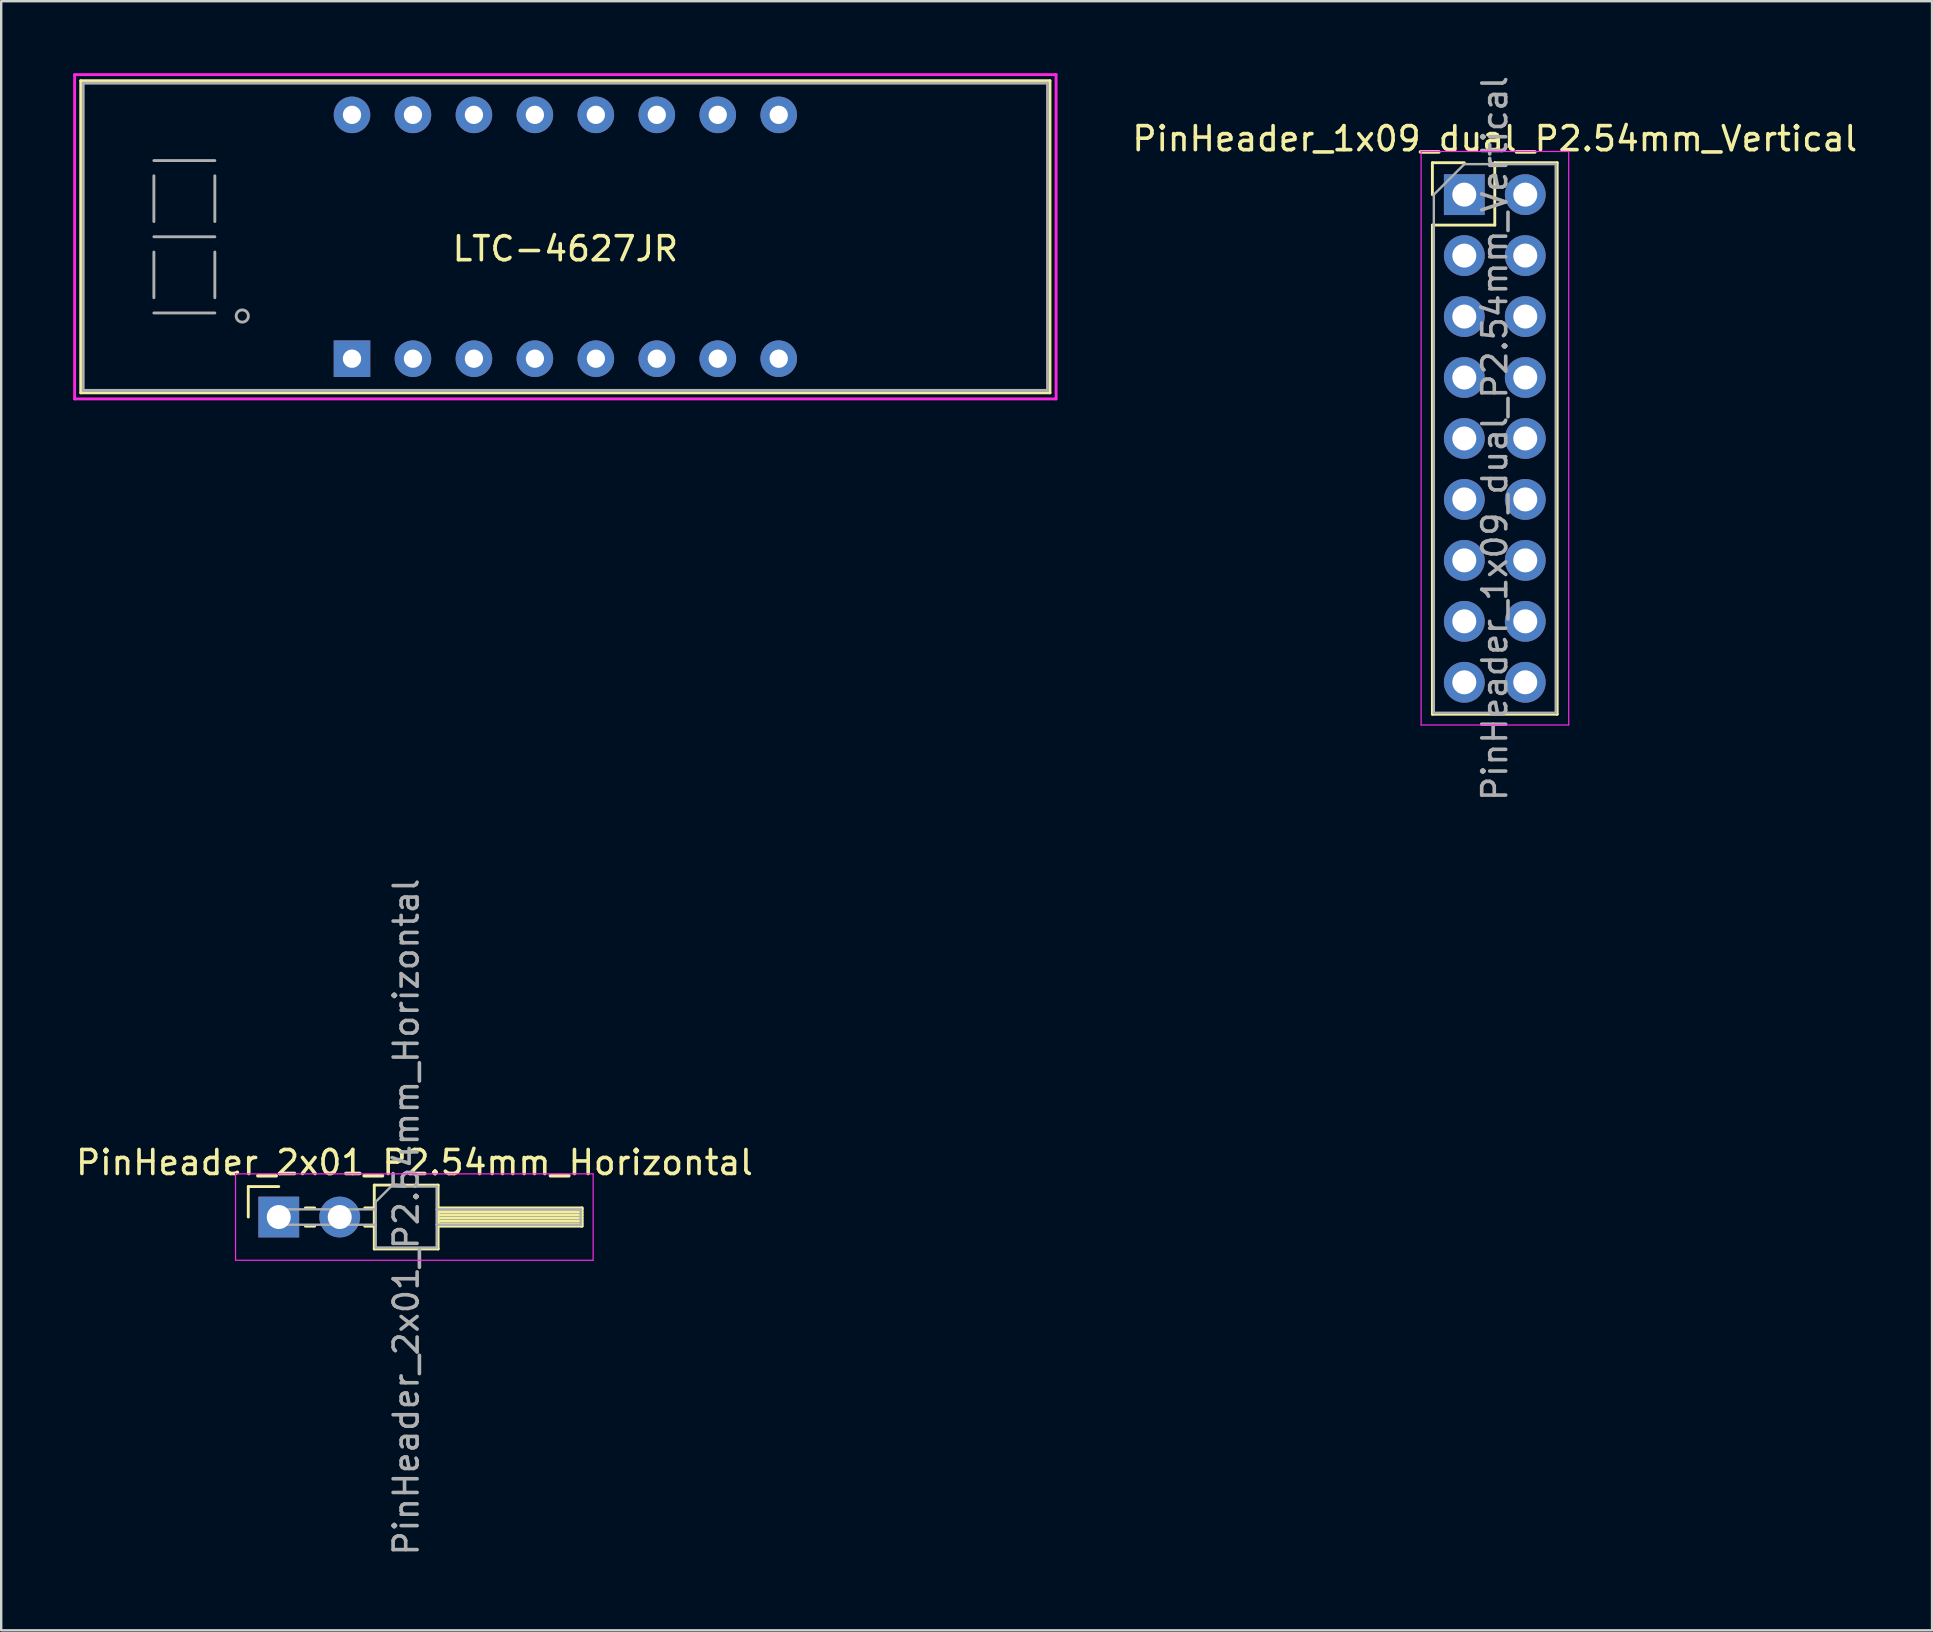
<source format=kicad_pcb>
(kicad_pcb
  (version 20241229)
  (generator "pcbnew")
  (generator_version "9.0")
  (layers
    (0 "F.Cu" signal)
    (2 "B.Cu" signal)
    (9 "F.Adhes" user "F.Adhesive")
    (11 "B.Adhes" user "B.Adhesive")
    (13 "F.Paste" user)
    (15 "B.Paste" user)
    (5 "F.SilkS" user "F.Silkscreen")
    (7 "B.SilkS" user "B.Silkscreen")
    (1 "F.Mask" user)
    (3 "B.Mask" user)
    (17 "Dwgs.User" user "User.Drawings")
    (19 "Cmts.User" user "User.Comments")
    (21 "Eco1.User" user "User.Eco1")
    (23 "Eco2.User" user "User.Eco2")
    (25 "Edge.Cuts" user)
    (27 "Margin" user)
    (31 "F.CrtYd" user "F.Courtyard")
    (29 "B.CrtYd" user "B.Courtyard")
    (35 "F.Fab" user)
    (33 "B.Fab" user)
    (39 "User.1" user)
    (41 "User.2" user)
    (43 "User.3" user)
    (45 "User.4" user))
  (footprint "PinHeader_1x09_dual_P2.54mm_Vertical"
    (layer "F.Cu")
    (at 57.964 5.06)
    (property "Reference" "PinHeader_1x09_dual_P2.54mm_Vertical" (at 1.27 -2.33 0) (layer "F.SilkS") (effects (font (size 1 1) (thickness 0.15))))
    (attr through_hole)
    (fp_line (start -1.33 -1.33) (end 0 -1.33) (stroke (width 0.12) (type solid)) (layer "F.SilkS"))
    (fp_line (start -1.33 0) (end -1.33 -1.33) (stroke (width 0.12) (type solid)) (layer "F.SilkS"))
    (fp_line (start -1.33 1.27) (end -1.33 21.65) (stroke (width 0.12) (type solid)) (layer "F.SilkS"))
    (fp_line (start -1.33 1.27) (end 1.27 1.27) (stroke (width 0.12) (type solid)) (layer "F.SilkS"))
    (fp_line (start -1.33 21.65) (end 3.87 21.65) (stroke (width 0.12) (type solid)) (layer "F.SilkS"))
    (fp_line (start 1.27 -1.33) (end 3.87 -1.33) (stroke (width 0.12) (type solid)) (layer "F.SilkS"))
    (fp_line (start 1.27 1.27) (end 1.27 -1.33) (stroke (width 0.12) (type solid)) (layer "F.SilkS"))
    (fp_line (start 3.87 -1.33) (end 3.87 21.65) (stroke (width 0.12) (type solid)) (layer "F.SilkS"))
    (fp_line (start -1.8 -1.8) (end -1.8 22.1) (stroke (width 0.05) (type solid)) (layer "F.CrtYd"))
    (fp_line (start -1.8 22.1) (end 4.35 22.1) (stroke (width 0.05) (type solid)) (layer "F.CrtYd"))
    (fp_line (start 4.35 -1.8) (end -1.8 -1.8) (stroke (width 0.05) (type solid)) (layer "F.CrtYd"))
    (fp_line (start 4.35 22.1) (end 4.35 -1.8) (stroke (width 0.05) (type solid)) (layer "F.CrtYd"))
    (fp_line (start -1.27 0) (end 0 -1.27) (stroke (width 0.1) (type solid)) (layer "F.Fab"))
    (fp_line (start -1.27 21.59) (end -1.27 0) (stroke (width 0.1) (type solid)) (layer "F.Fab"))
    (fp_line (start 0 -1.27) (end 3.81 -1.27) (stroke (width 0.1) (type solid)) (layer "F.Fab"))
    (fp_line (start 3.81 -1.27) (end 3.81 21.59) (stroke (width 0.1) (type solid)) (layer "F.Fab"))
    (fp_line (start 3.81 21.59) (end -1.27 21.59) (stroke (width 0.1) (type solid)) (layer "F.Fab"))
    (fp_text user "${REFERENCE}" (at 1.27 10.16 90) (layer "F.Fab") (effects (font (size 1 1) (thickness 0.15))))
    (pad "1" thru_hole rect (at 0 0) (size 1.7 1.7) (drill 1) (layers "*.Cu" "*.Mask"))
    (pad "1" thru_hole oval (at 2.54 0) (size 1.7 1.7) (drill 1) (layers "*.Cu" "*.Mask"))
    (pad "2" thru_hole oval (at 0 2.54) (size 1.7 1.7) (drill 1) (layers "*.Cu" "*.Mask"))
    (pad "2" thru_hole oval (at 2.54 2.54) (size 1.7 1.7) (drill 1) (layers "*.Cu" "*.Mask"))
    (pad "3" thru_hole oval (at 0 5.08) (size 1.7 1.7) (drill 1) (layers "*.Cu" "*.Mask"))
    (pad "3" thru_hole oval (at 2.54 5.08) (size 1.7 1.7) (drill 1) (layers "*.Cu" "*.Mask"))
    (pad "4" thru_hole oval (at 0 7.62) (size 1.7 1.7) (drill 1) (layers "*.Cu" "*.Mask"))
    (pad "4" thru_hole oval (at 2.54 7.62) (size 1.7 1.7) (drill 1) (layers "*.Cu" "*.Mask"))
    (pad "5" thru_hole oval (at 0 10.16) (size 1.7 1.7) (drill 1) (layers "*.Cu" "*.Mask"))
    (pad "5" thru_hole oval (at 2.54 10.16) (size 1.7 1.7) (drill 1) (layers "*.Cu" "*.Mask"))
    (pad "6" thru_hole oval (at 0 12.7) (size 1.7 1.7) (drill 1) (layers "*.Cu" "*.Mask"))
    (pad "6" thru_hole oval (at 2.54 12.7) (size 1.7 1.7) (drill 1) (layers "*.Cu" "*.Mask"))
    (pad "7" thru_hole oval (at 0 15.24) (size 1.7 1.7) (drill 1) (layers "*.Cu" "*.Mask"))
    (pad "7" thru_hole oval (at 2.54 15.24) (size 1.7 1.7) (drill 1) (layers "*.Cu" "*.Mask"))
    (pad "8" thru_hole oval (at 0 17.78) (size 1.7 1.7) (drill 1) (layers "*.Cu" "*.Mask"))
    (pad "8" thru_hole oval (at 2.54 17.78) (size 1.7 1.7) (drill 1) (layers "*.Cu" "*.Mask"))
    (pad "9" thru_hole oval (at 0 20.32) (size 1.7 1.7) (drill 1) (layers "*.Cu" "*.Mask"))
    (pad "9" thru_hole oval (at 2.54 20.32) (size 1.7 1.7) (drill 1) (layers "*.Cu" "*.Mask")))
  (footprint "PinHeader_2x01_P2.54mm_Horizontal"
    (layer "F.Cu")
    (at 8.565 47.661)
    (property "Reference" "PinHeader_2x01_P2.54mm_Horizontal" (at 5.655 -2.27 0) (layer "F.SilkS") (effects (font (size 1 1) (thickness 0.15))))
    (attr through_hole)
    (fp_line (start -1.27 -1.27) (end 0 -1.27) (stroke (width 0.12) (type solid)) (layer "F.SilkS"))
    (fp_line (start -1.27 0) (end -1.27 -1.27) (stroke (width 0.12) (type solid)) (layer "F.SilkS"))
    (fp_line (start 1.11 -0.38) (end 1.497 -0.38) (stroke (width 0.12) (type solid)) (layer "F.SilkS"))
    (fp_line (start 1.11 0.38) (end 1.497 0.38) (stroke (width 0.12) (type solid)) (layer "F.SilkS"))
    (fp_line (start 3.583 -0.38) (end 3.98 -0.38) (stroke (width 0.12) (type solid)) (layer "F.SilkS"))
    (fp_line (start 3.583 0.38) (end 3.98 0.38) (stroke (width 0.12) (type solid)) (layer "F.SilkS"))
    (fp_line (start 3.98 -1.33) (end 3.98 1.33) (stroke (width 0.12) (type solid)) (layer "F.SilkS"))
    (fp_line (start 3.98 1.33) (end 6.64 1.33) (stroke (width 0.12) (type solid)) (layer "F.SilkS"))
    (fp_line (start 6.64 -1.33) (end 3.98 -1.33) (stroke (width 0.12) (type solid)) (layer "F.SilkS"))
    (fp_line (start 6.64 -0.38) (end 12.64 -0.38) (stroke (width 0.12) (type solid)) (layer "F.SilkS"))
    (fp_line (start 6.64 -0.32) (end 12.64 -0.32) (stroke (width 0.12) (type solid)) (layer "F.SilkS"))
    (fp_line (start 6.64 -0.2) (end 12.64 -0.2) (stroke (width 0.12) (type solid)) (layer "F.SilkS"))
    (fp_line (start 6.64 -0.08) (end 12.64 -0.08) (stroke (width 0.12) (type solid)) (layer "F.SilkS"))
    (fp_line (start 6.64 0.04) (end 12.64 0.04) (stroke (width 0.12) (type solid)) (layer "F.SilkS"))
    (fp_line (start 6.64 0.16) (end 12.64 0.16) (stroke (width 0.12) (type solid)) (layer "F.SilkS"))
    (fp_line (start 6.64 0.28) (end 12.64 0.28) (stroke (width 0.12) (type solid)) (layer "F.SilkS"))
    (fp_line (start 6.64 1.33) (end 6.64 -1.33) (stroke (width 0.12) (type solid)) (layer "F.SilkS"))
    (fp_line (start 12.64 -0.38) (end 12.64 0.38) (stroke (width 0.12) (type solid)) (layer "F.SilkS"))
    (fp_line (start 12.64 0.38) (end 6.64 0.38) (stroke (width 0.12) (type solid)) (layer "F.SilkS"))
    (fp_line (start -1.8 -1.8) (end -1.8 1.8) (stroke (width 0.05) (type solid)) (layer "F.CrtYd"))
    (fp_line (start -1.8 1.8) (end 13.1 1.8) (stroke (width 0.05) (type solid)) (layer "F.CrtYd"))
    (fp_line (start 13.1 -1.8) (end -1.8 -1.8) (stroke (width 0.05) (type solid)) (layer "F.CrtYd"))
    (fp_line (start 13.1 1.8) (end 13.1 -1.8) (stroke (width 0.05) (type solid)) (layer "F.CrtYd"))
    (fp_line (start -0.32 -0.32) (end -0.32 0.32) (stroke (width 0.1) (type solid)) (layer "F.Fab"))
    (fp_line (start -0.32 -0.32) (end 4.04 -0.32) (stroke (width 0.1) (type solid)) (layer "F.Fab"))
    (fp_line (start -0.32 0.32) (end 4.04 0.32) (stroke (width 0.1) (type solid)) (layer "F.Fab"))
    (fp_line (start 4.04 -0.635) (end 4.675 -1.27) (stroke (width 0.1) (type solid)) (layer "F.Fab"))
    (fp_line (start 4.04 1.27) (end 4.04 -0.635) (stroke (width 0.1) (type solid)) (layer "F.Fab"))
    (fp_line (start 4.675 -1.27) (end 6.58 -1.27) (stroke (width 0.1) (type solid)) (layer "F.Fab"))
    (fp_line (start 6.58 -1.27) (end 6.58 1.27) (stroke (width 0.1) (type solid)) (layer "F.Fab"))
    (fp_line (start 6.58 -0.32) (end 12.58 -0.32) (stroke (width 0.1) (type solid)) (layer "F.Fab"))
    (fp_line (start 6.58 0.32) (end 12.58 0.32) (stroke (width 0.1) (type solid)) (layer "F.Fab"))
    (fp_line (start 6.58 1.27) (end 4.04 1.27) (stroke (width 0.1) (type solid)) (layer "F.Fab"))
    (fp_line (start 12.58 -0.32) (end 12.58 0.32) (stroke (width 0.1) (type solid)) (layer "F.Fab"))
    (fp_text user "${REFERENCE}" (at 5.31 0 90) (layer "F.Fab") (effects (font (size 1 1) (thickness 0.15))))
    (pad "1" thru_hole rect (at 0 0) (size 1.7 1.7) (drill 1) (layers "*.Cu" "*.Mask"))
    (pad "2" thru_hole oval (at 2.54 0) (size 1.7 1.7) (drill 1) (layers "*.Cu" "*.Mask")))
  (footprint "LTC-4627JR"
    (layer "F.Cu")
    (at 20.507 6.816)
    (property "Reference" "LTC-4627JR" (at 0 0.5 0) (layer "F.SilkS") (effects (font (size 1 1) (thickness 0.15))))
    (attr through_hole)
    (fp_line (start -20.193 -6.502) (end -20.193 6.502) (stroke (width 0.12) (type solid)) (layer "F.SilkS"))
    (fp_line (start -20.193 6.502) (end 20.193 6.502) (stroke (width 0.12) (type solid)) (layer "F.SilkS"))
    (fp_line (start 20.193 -6.502) (end -20.193 -6.502) (stroke (width 0.12) (type solid)) (layer "F.SilkS"))
    (fp_line (start 20.193 6.502) (end 20.193 -6.502) (stroke (width 0.12) (type solid)) (layer "F.SilkS"))
    (fp_line (start -20.447 -6.756) (end -20.447 6.756) (stroke (width 0.12) (type solid)) (layer "F.CrtYd"))
    (fp_line (start -20.447 6.756) (end 20.447 6.756) (stroke (width 0.12) (type solid)) (layer "F.CrtYd"))
    (fp_line (start 20.447 -6.756) (end -20.447 -6.756) (stroke (width 0.12) (type solid)) (layer "F.CrtYd"))
    (fp_line (start 20.447 6.756) (end 20.447 -6.756) (stroke (width 0.12) (type solid)) (layer "F.CrtYd"))
    (fp_line (start -20.091 -6.401) (end -20.091 6.401) (stroke (width 0.12) (type solid)) (layer "F.Fab"))
    (fp_line (start -20.091 6.401) (end 20.091 6.401) (stroke (width 0.12) (type solid)) (layer "F.Fab"))
    (fp_line (start -17.145 -3.175) (end -14.605 -3.175) (stroke (width 0.12) (type solid)) (layer "F.Fab"))
    (fp_line (start -17.145 -0.635) (end -17.145 -2.54) (stroke (width 0.12) (type solid)) (layer "F.Fab"))
    (fp_line (start -17.145 0.635) (end -17.145 2.54) (stroke (width 0.12) (type solid)) (layer "F.Fab"))
    (fp_line (start -17.145 3.175) (end -14.605 3.175) (stroke (width 0.12) (type solid)) (layer "F.Fab"))
    (fp_line (start -14.605 -2.54) (end -14.605 -0.635) (stroke (width 0.12) (type solid)) (layer "F.Fab"))
    (fp_line (start -14.605 0) (end -17.145 0) (stroke (width 0.12) (type solid)) (layer "F.Fab"))
    (fp_line (start -14.605 0.635) (end -14.605 2.54) (stroke (width 0.12) (type solid)) (layer "F.Fab"))
    (fp_line (start 20.091 -6.401) (end -20.091 -6.401) (stroke (width 0.12) (type solid)) (layer "F.Fab"))
    (fp_line (start 20.091 6.401) (end 20.091 -6.401) (stroke (width 0.12) (type solid)) (layer "F.Fab"))
    (fp_circle (center -13.462 3.302) (end -13.208 3.302) (stroke (width 0.12) (type solid)) (fill no) (layer "F.Fab"))
    (pad "1" thru_hole rect (at -8.89 5.08) (size 1.524 1.524) (drill 0.762) (layers "*.Cu" "*.Mask"))
    (pad "2" thru_hole circle (at -6.35 5.08) (size 1.524 1.524) (drill 0.762) (layers "*.Cu" "*.Mask"))
    (pad "3" thru_hole circle (at -3.81 5.08) (size 1.524 1.524) (drill 0.762) (layers "*.Cu" "*.Mask"))
    (pad "4" thru_hole circle (at -1.27 5.08) (size 1.524 1.524) (drill 0.762) (layers "*.Cu" "*.Mask"))
    (pad "5" thru_hole circle (at 1.27 5.08) (size 1.524 1.524) (drill 0.762) (layers "*.Cu" "*.Mask"))
    (pad "6" thru_hole circle (at 3.81 5.08) (size 1.524 1.524) (drill 0.762) (layers "*.Cu" "*.Mask"))
    (pad "7" thru_hole circle (at 6.35 5.08) (size 1.524 1.524) (drill 0.762) (layers "*.Cu" "*.Mask"))
    (pad "8" thru_hole circle (at 8.89 5.08) (size 1.524 1.524) (drill 0.762) (layers "*.Cu" "*.Mask"))
    (pad "9" thru_hole circle (at 8.89 -5.08) (size 1.524 1.524) (drill 0.762) (layers "*.Cu" "*.Mask"))
    (pad "10" thru_hole circle (at 6.35 -5.08) (size 1.524 1.524) (drill 0.762) (layers "*.Cu" "*.Mask"))
    (pad "11" thru_hole circle (at 3.81 -5.08) (size 1.524 1.524) (drill 0.762) (layers "*.Cu" "*.Mask"))
    (pad "12" thru_hole circle (at 1.27 -5.08) (size 1.524 1.524) (drill 0.762) (layers "*.Cu" "*.Mask"))
    (pad "13" thru_hole circle (at -1.27 -5.08) (size 1.524 1.524) (drill 0.762) (layers "*.Cu" "*.Mask"))
    (pad "14" thru_hole circle (at -3.81 -5.08) (size 1.524 1.524) (drill 0.762) (layers "*.Cu" "*.Mask"))
    (pad "15" thru_hole circle (at -6.35 -5.08) (size 1.524 1.524) (drill 0.762) (layers "*.Cu" "*.Mask"))
    (pad "16" thru_hole circle (at -8.89 -5.08) (size 1.524 1.524) (drill 0.762) (layers "*.Cu" "*.Mask")))
  (gr_rect
    (start -3 -3)
    (end 77.454 64.881)
    (stroke (width 0.1) (type default))
    (fill no)
    (layer "Edge.Cuts")))
</source>
